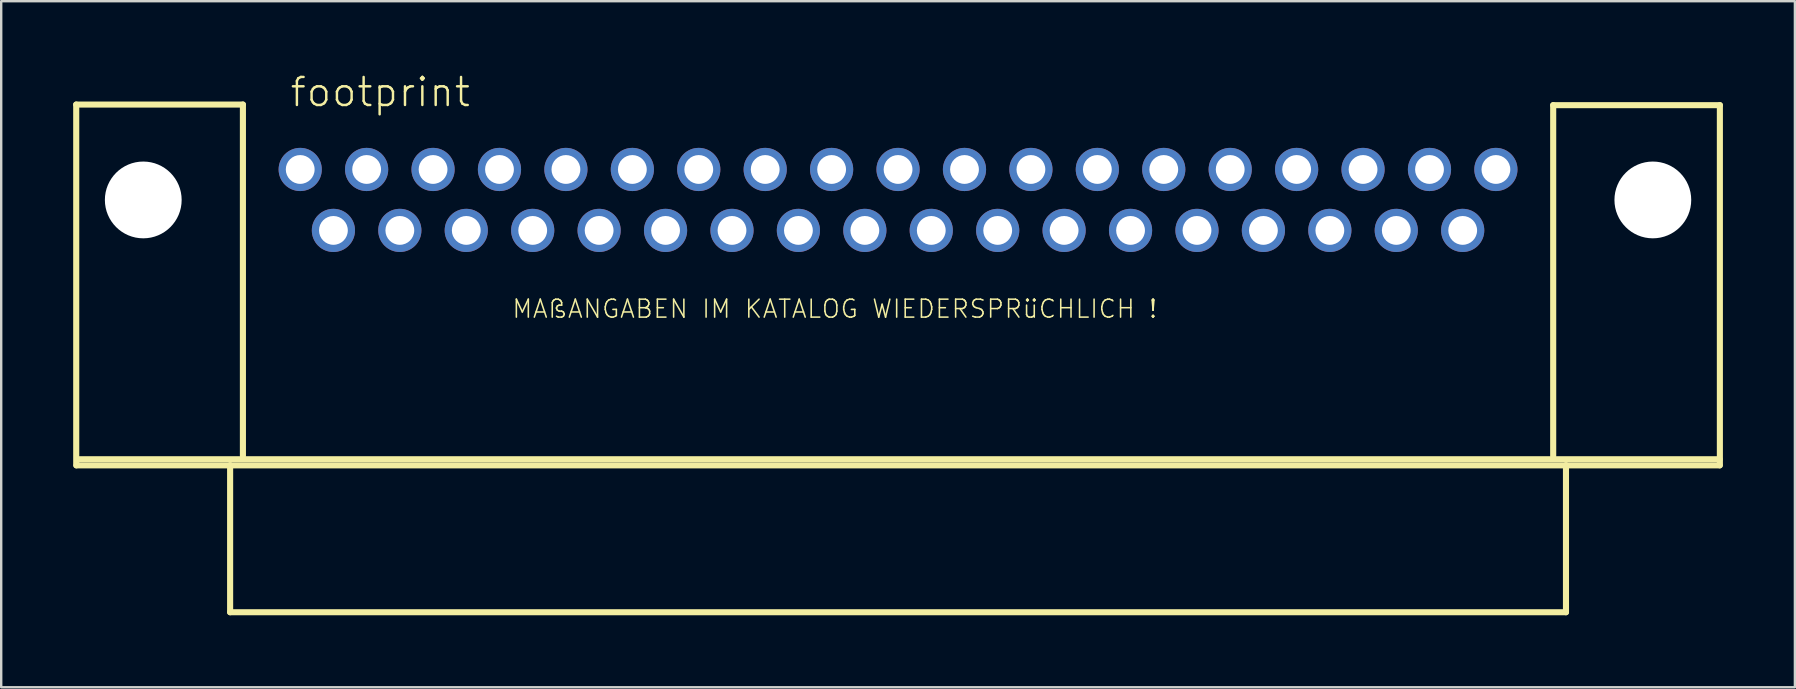
<source format=kicad_pcb>
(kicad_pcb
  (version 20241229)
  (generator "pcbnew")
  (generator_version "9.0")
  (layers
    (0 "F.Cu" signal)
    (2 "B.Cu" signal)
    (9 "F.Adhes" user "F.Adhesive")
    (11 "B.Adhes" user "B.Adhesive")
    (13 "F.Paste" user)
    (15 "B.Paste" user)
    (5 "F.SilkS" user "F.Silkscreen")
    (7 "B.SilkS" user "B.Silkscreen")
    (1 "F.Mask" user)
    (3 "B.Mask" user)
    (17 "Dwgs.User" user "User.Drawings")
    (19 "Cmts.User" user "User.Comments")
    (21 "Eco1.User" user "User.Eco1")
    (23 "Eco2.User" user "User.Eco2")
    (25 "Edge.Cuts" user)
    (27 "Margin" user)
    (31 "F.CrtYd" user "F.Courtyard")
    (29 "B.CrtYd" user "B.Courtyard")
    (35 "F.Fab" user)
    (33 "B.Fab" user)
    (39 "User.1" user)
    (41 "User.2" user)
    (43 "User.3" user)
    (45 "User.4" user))
  (footprint "footprint"
    (layer "F.Cu")
    (at 34.379 5.283)
    (property "Reference" "footprint" (at -25.4 -3.81 0) (layer "F.SilkS") (effects (font (size 1.168 1.168) (thickness 0.102)) (justify left bottom)))
    (fp_line (start -34.252 -3.975) (end -27.305 -3.975) (stroke (width 0.254) (type solid)) (layer "F.SilkS"))
    (fp_line (start -34.252 11.062) (end -34.252 -3.975) (stroke (width 0.254) (type solid)) (layer "F.SilkS"))
    (fp_line (start -34.214 10.808) (end 34.239 10.808) (stroke (width 0.254) (type solid)) (layer "F.SilkS"))
    (fp_line (start -27.838 11.062) (end -34.239 11.062) (stroke (width 0.254) (type solid)) (layer "F.SilkS"))
    (fp_line (start -27.838 11.062) (end 27.838 11.062) (stroke (width 0.254) (type solid)) (layer "F.SilkS"))
    (fp_line (start -27.838 17.183) (end -27.838 11.062) (stroke (width 0.254) (type solid)) (layer "F.SilkS"))
    (fp_line (start -27.305 -3.975) (end -27.305 10.668) (stroke (width 0.254) (type solid)) (layer "F.SilkS"))
    (fp_line (start 27.305 -3.95) (end 27.305 10.668) (stroke (width 0.254) (type solid)) (layer "F.SilkS"))
    (fp_line (start 27.838 11.062) (end 27.838 17.183) (stroke (width 0.254) (type solid)) (layer "F.SilkS"))
    (fp_line (start 27.838 17.183) (end -27.838 17.183) (stroke (width 0.254) (type solid)) (layer "F.SilkS"))
    (fp_line (start 34.239 11.062) (end 27.838 11.062) (stroke (width 0.254) (type solid)) (layer "F.SilkS"))
    (fp_line (start 34.252 -3.95) (end 27.305 -3.95) (stroke (width 0.254) (type solid)) (layer "F.SilkS"))
    (fp_line (start 34.252 -3.95) (end 34.252 11.062) (stroke (width 0.254) (type solid)) (layer "F.SilkS"))
    (fp_text user "MAßANGABEN IM KATALOG WIEDERSPRüCHLICH !" (at -16.129 4.978 0) (layer "F.SilkS") (effects (font (size 0.748 0.748) (thickness 0.065)) (justify left bottom)))
    (pad "" np_thru_hole circle (at -31.458 0) (size 3.2 3.2) (drill 3.2) (layers "*.Cu" "*.Mask"))
    (pad "" np_thru_hole circle (at 31.458 0) (size 3.2 3.2) (drill 3.2) (layers "*.Cu" "*.Mask"))
    (pad "1" thru_hole circle (at -24.917 -1.27) (size 1.8 1.8) (drill 1.2) (layers "*.Cu" "*.Mask"))
    (pad "2" thru_hole circle (at -22.149 -1.27) (size 1.8 1.8) (drill 1.2) (layers "*.Cu" "*.Mask"))
    (pad "3" thru_hole circle (at -19.38 -1.27) (size 1.8 1.8) (drill 1.2) (layers "*.Cu" "*.Mask"))
    (pad "4" thru_hole circle (at -16.612 -1.27) (size 1.8 1.8) (drill 1.2) (layers "*.Cu" "*.Mask"))
    (pad "5" thru_hole circle (at -13.843 -1.27) (size 1.8 1.8) (drill 1.2) (layers "*.Cu" "*.Mask"))
    (pad "6" thru_hole circle (at -11.074 -1.27) (size 1.8 1.8) (drill 1.2) (layers "*.Cu" "*.Mask"))
    (pad "7" thru_hole circle (at -8.306 -1.27) (size 1.8 1.8) (drill 1.2) (layers "*.Cu" "*.Mask"))
    (pad "8" thru_hole circle (at -5.537 -1.27) (size 1.8 1.8) (drill 1.2) (layers "*.Cu" "*.Mask"))
    (pad "9" thru_hole circle (at -2.769 -1.27) (size 1.8 1.8) (drill 1.2) (layers "*.Cu" "*.Mask"))
    (pad "10" thru_hole circle (at 0 -1.27) (size 1.8 1.8) (drill 1.2) (layers "*.Cu" "*.Mask"))
    (pad "11" thru_hole circle (at 2.769 -1.27) (size 1.8 1.8) (drill 1.2) (layers "*.Cu" "*.Mask"))
    (pad "12" thru_hole circle (at 5.537 -1.27) (size 1.8 1.8) (drill 1.2) (layers "*.Cu" "*.Mask"))
    (pad "13" thru_hole circle (at 8.306 -1.27) (size 1.8 1.8) (drill 1.2) (layers "*.Cu" "*.Mask"))
    (pad "14" thru_hole circle (at 11.074 -1.27) (size 1.8 1.8) (drill 1.2) (layers "*.Cu" "*.Mask"))
    (pad "15" thru_hole circle (at 13.843 -1.27) (size 1.8 1.8) (drill 1.2) (layers "*.Cu" "*.Mask"))
    (pad "16" thru_hole circle (at 16.612 -1.27) (size 1.8 1.8) (drill 1.2) (layers "*.Cu" "*.Mask"))
    (pad "17" thru_hole circle (at 19.38 -1.27) (size 1.8 1.8) (drill 1.2) (layers "*.Cu" "*.Mask"))
    (pad "18" thru_hole circle (at 22.149 -1.27) (size 1.8 1.8) (drill 1.2) (layers "*.Cu" "*.Mask"))
    (pad "19" thru_hole circle (at 24.917 -1.27) (size 1.8 1.8) (drill 1.2) (layers "*.Cu" "*.Mask"))
    (pad "20" thru_hole circle (at -23.533 1.27) (size 1.8 1.8) (drill 1.2) (layers "*.Cu" "*.Mask"))
    (pad "21" thru_hole circle (at -20.765 1.27) (size 1.8 1.8) (drill 1.2) (layers "*.Cu" "*.Mask"))
    (pad "22" thru_hole circle (at -17.996 1.27) (size 1.8 1.8) (drill 1.2) (layers "*.Cu" "*.Mask"))
    (pad "23" thru_hole circle (at -15.227 1.27) (size 1.8 1.8) (drill 1.2) (layers "*.Cu" "*.Mask"))
    (pad "24" thru_hole circle (at -12.459 1.27) (size 1.8 1.8) (drill 1.2) (layers "*.Cu" "*.Mask"))
    (pad "25" thru_hole circle (at -9.69 1.27) (size 1.8 1.8) (drill 1.2) (layers "*.Cu" "*.Mask"))
    (pad "26" thru_hole circle (at -6.921 1.27) (size 1.8 1.8) (drill 1.2) (layers "*.Cu" "*.Mask"))
    (pad "27" thru_hole circle (at -4.153 1.27) (size 1.8 1.8) (drill 1.2) (layers "*.Cu" "*.Mask"))
    (pad "28" thru_hole circle (at -1.384 1.27) (size 1.8 1.8) (drill 1.2) (layers "*.Cu" "*.Mask"))
    (pad "29" thru_hole circle (at 1.384 1.27) (size 1.8 1.8) (drill 1.2) (layers "*.Cu" "*.Mask"))
    (pad "30" thru_hole circle (at 4.153 1.27) (size 1.8 1.8) (drill 1.2) (layers "*.Cu" "*.Mask"))
    (pad "31" thru_hole circle (at 6.921 1.27) (size 1.8 1.8) (drill 1.2) (layers "*.Cu" "*.Mask"))
    (pad "32" thru_hole circle (at 9.69 1.27) (size 1.8 1.8) (drill 1.2) (layers "*.Cu" "*.Mask"))
    (pad "33" thru_hole circle (at 12.459 1.27) (size 1.8 1.8) (drill 1.2) (layers "*.Cu" "*.Mask"))
    (pad "34" thru_hole circle (at 15.227 1.27) (size 1.8 1.8) (drill 1.2) (layers "*.Cu" "*.Mask"))
    (pad "35" thru_hole circle (at 17.996 1.27) (size 1.8 1.8) (drill 1.2) (layers "*.Cu" "*.Mask"))
    (pad "36" thru_hole circle (at 20.765 1.27) (size 1.8 1.8) (drill 1.2) (layers "*.Cu" "*.Mask"))
    (pad "37" thru_hole circle (at 23.533 1.27) (size 1.8 1.8) (drill 1.2) (layers "*.Cu" "*.Mask")))
  (gr_rect
    (start -3 -3)
    (end 71.758 25.593)
    (stroke (width 0.1) (type default))
    (fill no)
    (layer "Edge.Cuts")))
</source>
